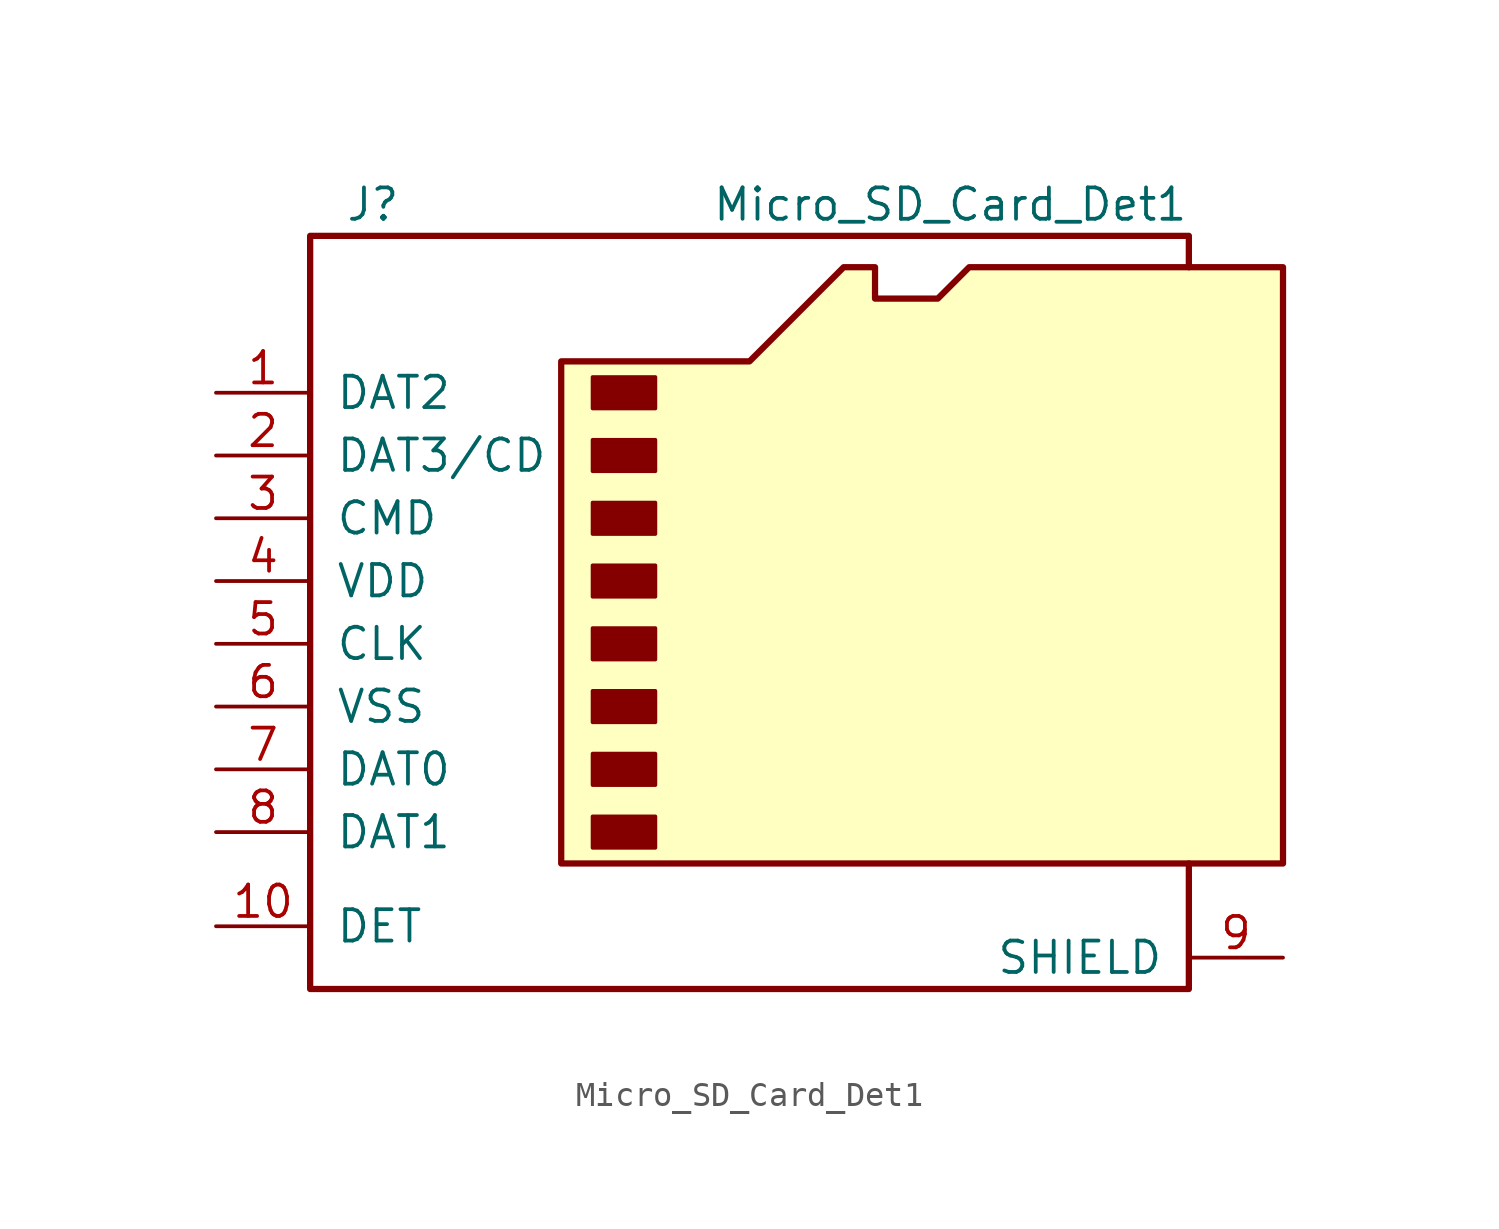
<source format=kicad_sym>
(kicad_symbol_lib
  (version 20211014)
  (generator kicad_symbol_editor)
  (symbol "Micro_SD_Card_Det1"
    (pin_names
      (offset 1.016))
    (property "Reference" "J"
      (at -16.51 15.24 0)
      (effects (font (size 1.27 1.27))))
    (property "Value" "Micro_SD_Card_Det1"
      (at 16.51 15.24 0)
      (effects (font (size 1.27 1.27)) (justify right)))
    (symbol "Micro_SD_Card_Det1_0_1"
      (rectangle (start -7.62 -9.525) (end -5.08 -10.795) (stroke (width 0) (type default) (color 0 0 0 0)) (fill (type outline)))
      (rectangle (start -7.62 -6.985) (end -5.08 -8.255) (stroke (width 0) (type default) (color 0 0 0 0)) (fill (type outline)))
      (rectangle (start -7.62 -4.445) (end -5.08 -5.715) (stroke (width 0) (type default) (color 0 0 0 0)) (fill (type outline)))
      (rectangle (start -7.62 -1.905) (end -5.08 -3.175) (stroke (width 0) (type default) (color 0 0 0 0)) (fill (type outline)))
      (rectangle (start -7.62 0.635) (end -5.08 -0.635) (stroke (width 0) (type default) (color 0 0 0 0)) (fill (type outline)))
      (rectangle (start -7.62 3.175) (end -5.08 1.905) (stroke (width 0) (type default) (color 0 0 0 0)) (fill (type outline)))
      (rectangle (start -7.62 5.715) (end -5.08 4.445) (stroke (width 0) (type default) (color 0 0 0 0)) (fill (type outline)))
      (rectangle (start -7.62 8.255) (end -5.08 6.985) (stroke (width 0) (type default) (color 0 0 0 0)) (fill (type outline)))
      (polyline (pts (xy 16.51 12.7) (xy 16.51 13.97) (xy -19.05 13.97) (xy -19.05 -16.51) (xy 16.51 -16.51) (xy 16.51 -11.43)) (stroke (width 0.254) (type default) (color 0 0 0 0)) (fill (type none)))
      (polyline (pts (xy -8.89 -11.43) (xy -8.89 8.89) (xy -1.27 8.89) (xy 2.54 12.7) (xy 3.81 12.7) (xy 3.81 11.43) (xy 6.35 11.43) (xy 7.62 12.7) (xy 20.32 12.7) (xy 20.32 -11.43) (xy -8.89 -11.43)) (stroke (width 0.254) (type default) (color 0 0 0 0)) (fill (type background))))
    (symbol "Micro_SD_Card_Det1_1_1"
      (pin bidirectional line (at -22.86 7.62 0) (length 3.81) (name "DAT2" (effects (font (size 1.27 1.27)))) (number "1" (effects (font (size 1.27 1.27)))))
      (pin output line (at -22.86 -13.97 0) (length 3.81) (name "DET" (effects (font (size 1.27 1.27)))) (number "10" (effects (font (size 1.27 1.27)))))
      (pin bidirectional line (at -22.86 5.08 0) (length 3.81) (name "DAT3/CD" (effects (font (size 1.27 1.27)))) (number "2" (effects (font (size 1.27 1.27)))))
      (pin input line (at -22.86 2.54 0) (length 3.81) (name "CMD" (effects (font (size 1.27 1.27)))) (number "3" (effects (font (size 1.27 1.27)))))
      (pin power_in line (at -22.86 0 0) (length 3.81) (name "VDD" (effects (font (size 1.27 1.27)))) (number "4" (effects (font (size 1.27 1.27)))))
      (pin input line (at -22.86 -2.54 0) (length 3.81) (name "CLK" (effects (font (size 1.27 1.27)))) (number "5" (effects (font (size 1.27 1.27)))))
      (pin power_in line (at -22.86 -5.08 0) (length 3.81) (name "VSS" (effects (font (size 1.27 1.27)))) (number "6" (effects (font (size 1.27 1.27)))))
      (pin bidirectional line (at -22.86 -7.62 0) (length 3.81) (name "DAT0" (effects (font (size 1.27 1.27)))) (number "7" (effects (font (size 1.27 1.27)))))
      (pin bidirectional line (at -22.86 -10.16 0) (length 3.81) (name "DAT1" (effects (font (size 1.27 1.27)))) (number "8" (effects (font (size 1.27 1.27)))))
      (pin passive line (at 20.32 -15.24 180) (length 3.81) (name "SHIELD" (effects (font (size 1.27 1.27)))) (number "9" (effects (font (size 1.27 1.27))))))))
</source>
